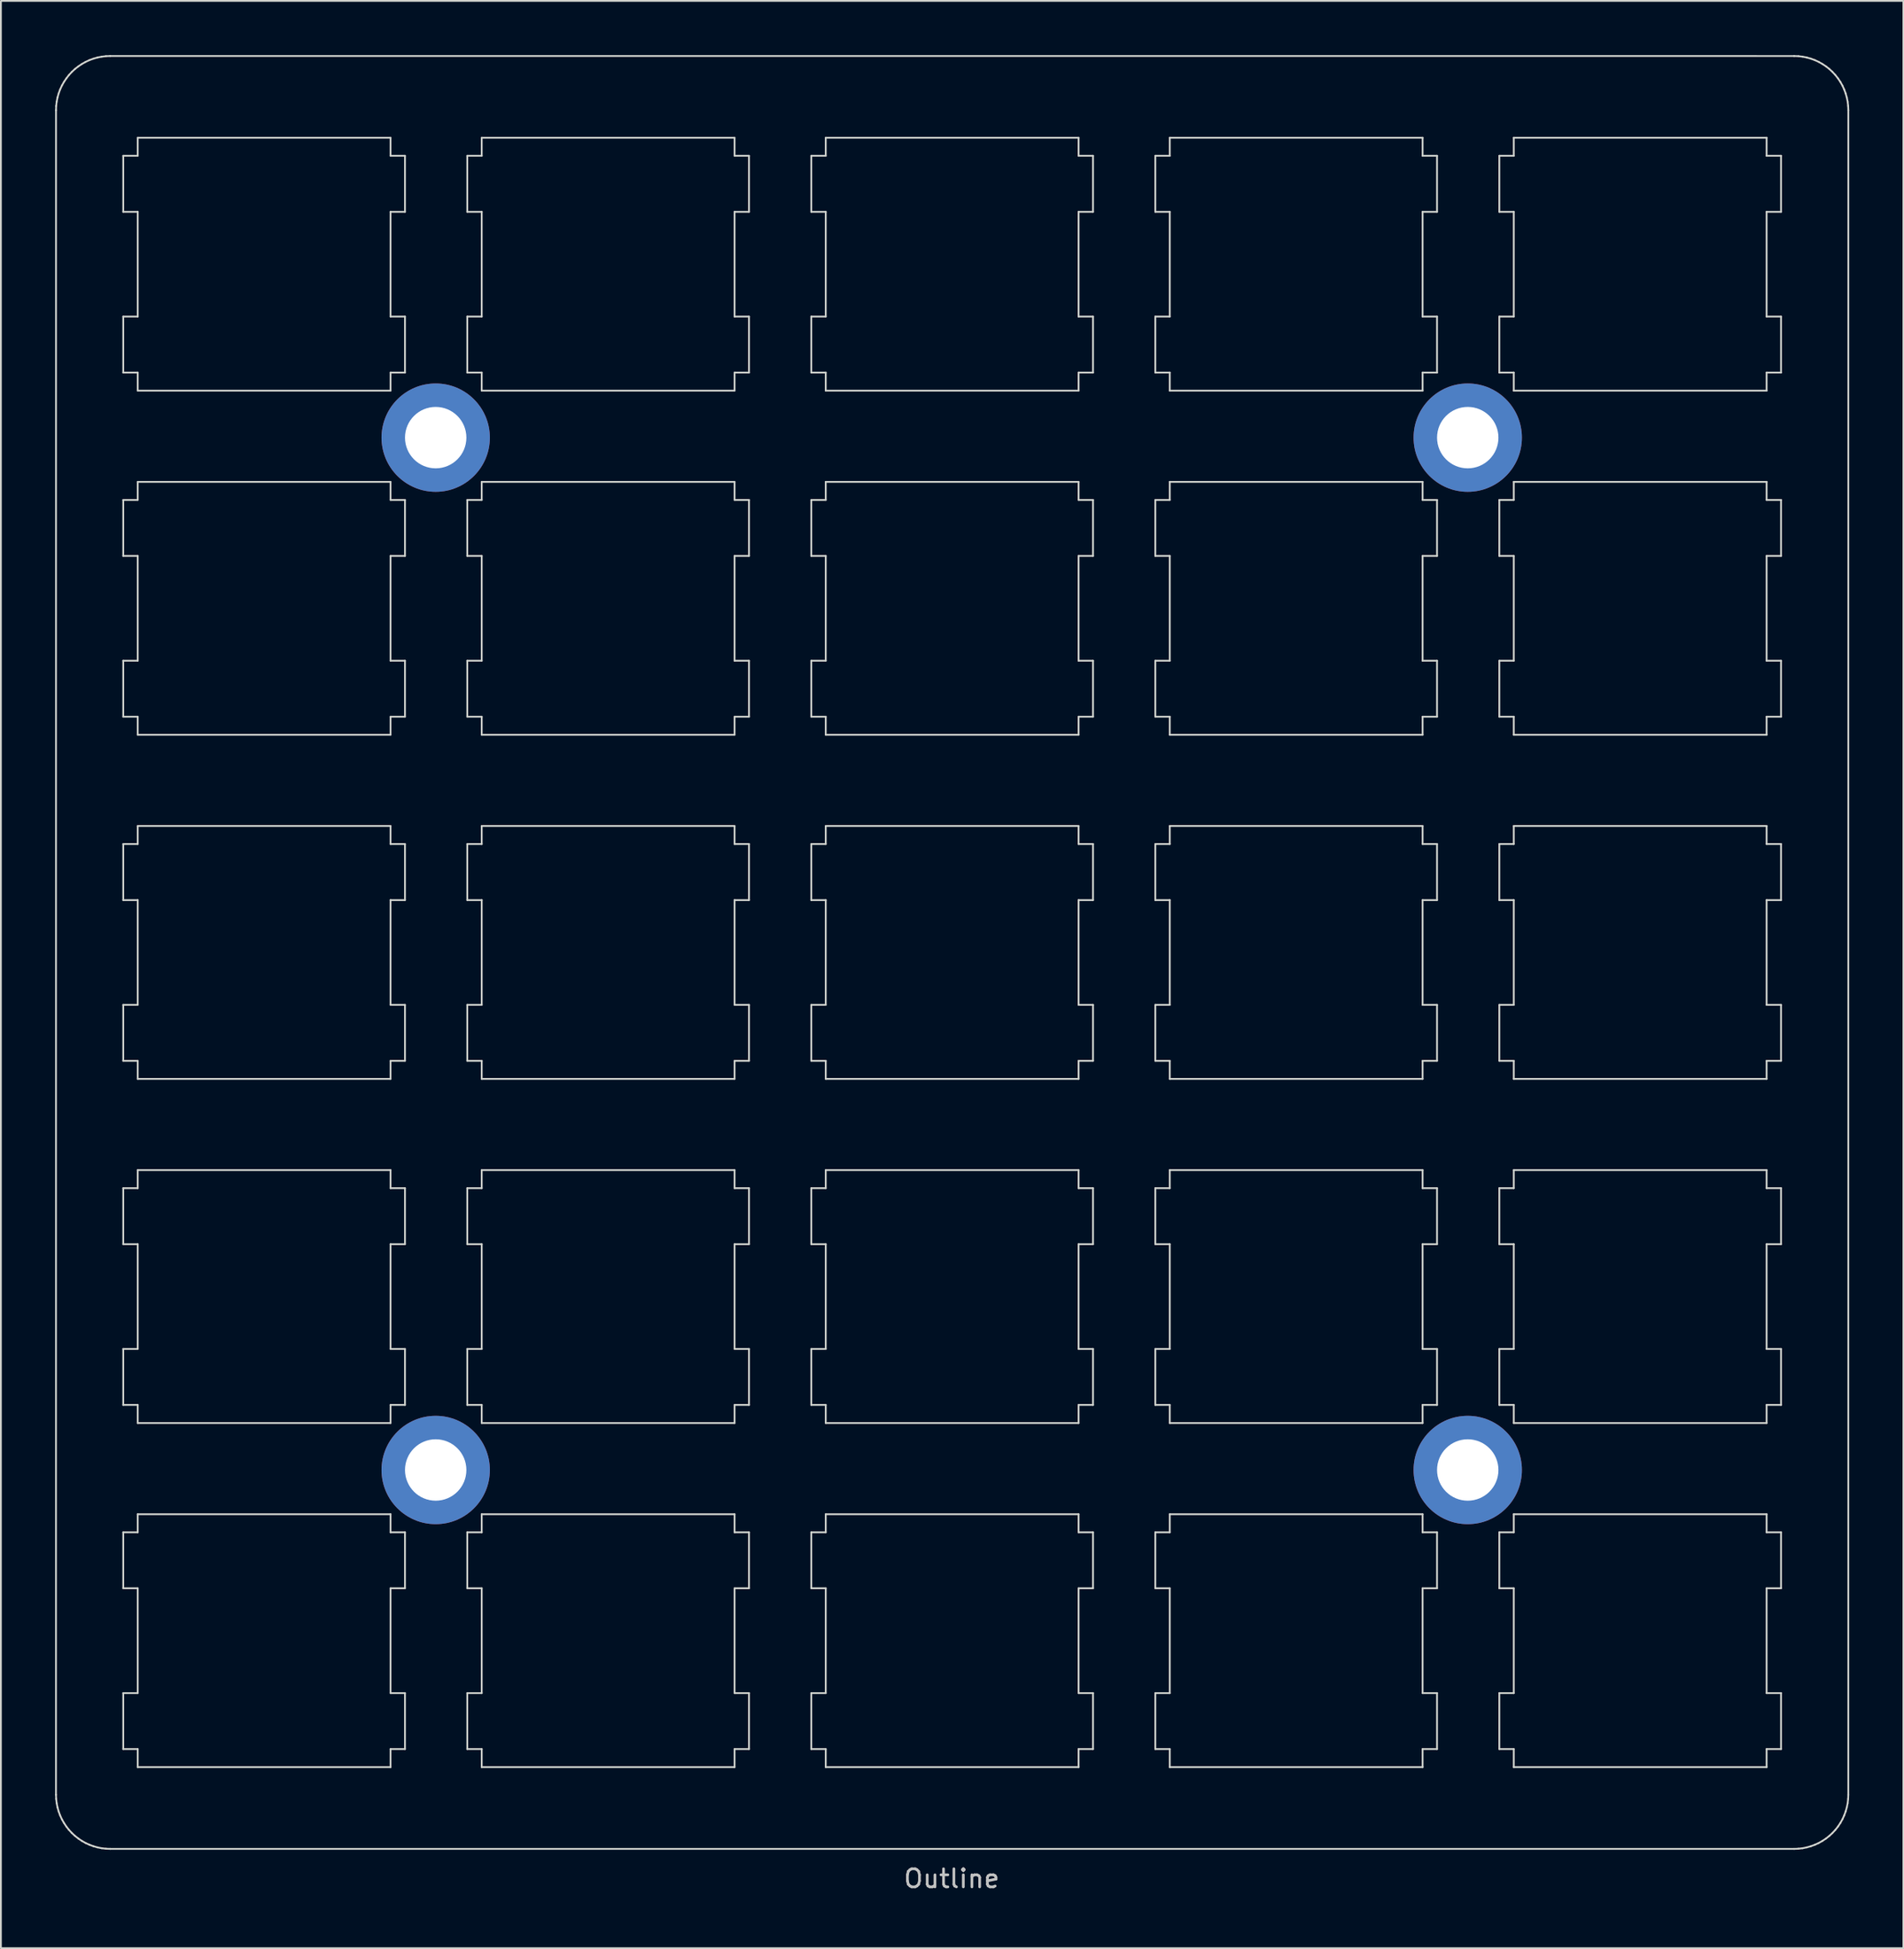
<source format=kicad_pcb>
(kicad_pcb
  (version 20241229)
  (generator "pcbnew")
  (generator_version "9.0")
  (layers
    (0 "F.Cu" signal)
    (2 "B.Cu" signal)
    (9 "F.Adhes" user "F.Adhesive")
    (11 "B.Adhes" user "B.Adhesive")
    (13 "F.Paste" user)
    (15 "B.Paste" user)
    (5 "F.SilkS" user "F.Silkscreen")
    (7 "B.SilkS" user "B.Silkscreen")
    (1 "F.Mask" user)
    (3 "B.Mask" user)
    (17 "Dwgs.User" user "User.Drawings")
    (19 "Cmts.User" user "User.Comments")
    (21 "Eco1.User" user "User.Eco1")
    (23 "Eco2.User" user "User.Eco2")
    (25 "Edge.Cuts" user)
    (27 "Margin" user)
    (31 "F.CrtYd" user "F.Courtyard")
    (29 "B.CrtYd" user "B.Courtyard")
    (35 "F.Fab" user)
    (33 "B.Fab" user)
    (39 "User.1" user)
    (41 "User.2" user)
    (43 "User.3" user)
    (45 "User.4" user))
  (footprint "Outline"
    (layer "F.Cu")
    (at 49.652 49.752)
    (property "Reference" "Outline" (at 0 51.197 0) (layer "Dwgs.User") (effects (font (size 1 1) (thickness 0.15))))
    (attr through_hole)
    (fp_line (start -49.602 46.549) (end -49.6 -46.7) (stroke (width 0.1) (type solid)) (layer "Edge.Cuts"))
    (fp_line (start -49.6 -46.7) (end -49.592 -46.936) (stroke (width 0.1) (type solid)) (layer "Edge.Cuts"))
    (fp_line (start -49.592 -46.936) (end -49.564 -47.17) (stroke (width 0.1) (type solid)) (layer "Edge.Cuts"))
    (fp_line (start -49.592 46.786) (end -49.602 46.549) (stroke (width 0.1) (type solid)) (layer "Edge.Cuts"))
    (fp_line (start -49.564 -47.17) (end -49.519 -47.402) (stroke (width 0.1) (type solid)) (layer "Edge.Cuts"))
    (fp_line (start -49.564 47.019) (end -49.592 46.786) (stroke (width 0.1) (type solid)) (layer "Edge.Cuts"))
    (fp_line (start -49.519 -47.402) (end -49.454 -47.629) (stroke (width 0.1) (type solid)) (layer "Edge.Cuts"))
    (fp_line (start -49.519 47.25) (end -49.564 47.019) (stroke (width 0.1) (type solid)) (layer "Edge.Cuts"))
    (fp_line (start -49.454 -47.629) (end -49.373 -47.849) (stroke (width 0.1) (type solid)) (layer "Edge.Cuts"))
    (fp_line (start -49.454 47.478) (end -49.519 47.25) (stroke (width 0.1) (type solid)) (layer "Edge.Cuts"))
    (fp_line (start -49.373 -47.849) (end -49.275 -48.063) (stroke (width 0.1) (type solid)) (layer "Edge.Cuts"))
    (fp_line (start -49.373 47.698) (end -49.454 47.478) (stroke (width 0.1) (type solid)) (layer "Edge.Cuts"))
    (fp_line (start -49.275 -48.063) (end -49.158 -48.269) (stroke (width 0.1) (type solid)) (layer "Edge.Cuts"))
    (fp_line (start -49.275 47.912) (end -49.373 47.698) (stroke (width 0.1) (type solid)) (layer "Edge.Cuts"))
    (fp_line (start -49.158 -48.269) (end -49.028 -48.464) (stroke (width 0.1) (type solid)) (layer "Edge.Cuts"))
    (fp_line (start -49.158 48.117) (end -49.275 47.912) (stroke (width 0.1) (type solid)) (layer "Edge.Cuts"))
    (fp_line (start -49.028 -48.464) (end -48.882 -48.65) (stroke (width 0.1) (type solid)) (layer "Edge.Cuts"))
    (fp_line (start -49.028 48.314) (end -49.158 48.117) (stroke (width 0.1) (type solid)) (layer "Edge.Cuts"))
    (fp_line (start -48.882 -48.65) (end -48.723 -48.822) (stroke (width 0.1) (type solid)) (layer "Edge.Cuts"))
    (fp_line (start -48.882 48.499) (end -49.028 48.314) (stroke (width 0.1) (type solid)) (layer "Edge.Cuts"))
    (fp_line (start -48.723 -48.822) (end -48.55 -48.982) (stroke (width 0.1) (type solid)) (layer "Edge.Cuts"))
    (fp_line (start -48.723 48.671) (end -48.882 48.499) (stroke (width 0.1) (type solid)) (layer "Edge.Cuts"))
    (fp_line (start -48.55 -48.982) (end -48.364 -49.128) (stroke (width 0.1) (type solid)) (layer "Edge.Cuts"))
    (fp_line (start -48.55 48.831) (end -48.723 48.671) (stroke (width 0.1) (type solid)) (layer "Edge.Cuts"))
    (fp_line (start -48.364 -49.128) (end -48.169 -49.258) (stroke (width 0.1) (type solid)) (layer "Edge.Cuts"))
    (fp_line (start -48.364 48.977) (end -48.55 48.831) (stroke (width 0.1) (type solid)) (layer "Edge.Cuts"))
    (fp_line (start -48.169 -49.258) (end -47.963 -49.375) (stroke (width 0.1) (type solid)) (layer "Edge.Cuts"))
    (fp_line (start -48.169 49.108) (end -48.364 48.977) (stroke (width 0.1) (type solid)) (layer "Edge.Cuts"))
    (fp_line (start -47.963 -49.375) (end -47.75 -49.473) (stroke (width 0.1) (type solid)) (layer "Edge.Cuts"))
    (fp_line (start -47.963 49.224) (end -48.169 49.108) (stroke (width 0.1) (type solid)) (layer "Edge.Cuts"))
    (fp_line (start -47.75 -49.473) (end -47.529 -49.554) (stroke (width 0.1) (type solid)) (layer "Edge.Cuts"))
    (fp_line (start -47.75 49.321) (end -47.963 49.224) (stroke (width 0.1) (type solid)) (layer "Edge.Cuts"))
    (fp_line (start -47.529 -49.554) (end -47.302 -49.619) (stroke (width 0.1) (type solid)) (layer "Edge.Cuts"))
    (fp_line (start -47.529 49.403) (end -47.75 49.321) (stroke (width 0.1) (type solid)) (layer "Edge.Cuts"))
    (fp_line (start -47.302 -49.619) (end -47.07 -49.664) (stroke (width 0.1) (type solid)) (layer "Edge.Cuts"))
    (fp_line (start -47.302 49.467) (end -47.529 49.403) (stroke (width 0.1) (type solid)) (layer "Edge.Cuts"))
    (fp_line (start -47.07 -49.664) (end -46.836 -49.692) (stroke (width 0.1) (type solid)) (layer "Edge.Cuts"))
    (fp_line (start -47.07 49.513) (end -47.302 49.467) (stroke (width 0.1) (type solid)) (layer "Edge.Cuts"))
    (fp_line (start -46.836 -49.692) (end -46.6 -49.702) (stroke (width 0.1) (type solid)) (layer "Edge.Cuts"))
    (fp_line (start -46.836 49.54) (end -47.07 49.513) (stroke (width 0.1) (type solid)) (layer "Edge.Cuts"))
    (fp_line (start -46.6 -49.702) (end 46.649 -49.7) (stroke (width 0.1) (type solid)) (layer "Edge.Cuts"))
    (fp_line (start -46.6 49.549) (end -46.836 49.54) (stroke (width 0.1) (type solid)) (layer "Edge.Cuts"))
    (fp_line (start -45.877 -44.177) (end -45.877 -41.076) (stroke (width 0.1) (type solid)) (layer "Edge.Cuts"))
    (fp_line (start -45.877 -41.076) (end -45.076 -41.076) (stroke (width 0.1) (type solid)) (layer "Edge.Cuts"))
    (fp_line (start -45.877 -35.276) (end -45.877 -32.176) (stroke (width 0.1) (type solid)) (layer "Edge.Cuts"))
    (fp_line (start -45.877 -32.176) (end -45.076 -32.176) (stroke (width 0.1) (type solid)) (layer "Edge.Cuts"))
    (fp_line (start -45.877 -25.126) (end -45.877 -22.026) (stroke (width 0.1) (type solid)) (layer "Edge.Cuts"))
    (fp_line (start -45.877 -22.026) (end -45.076 -22.026) (stroke (width 0.1) (type solid)) (layer "Edge.Cuts"))
    (fp_line (start -45.877 -16.225) (end -45.877 -13.126) (stroke (width 0.1) (type solid)) (layer "Edge.Cuts"))
    (fp_line (start -45.877 -13.126) (end -45.076 -13.126) (stroke (width 0.1) (type solid)) (layer "Edge.Cuts"))
    (fp_line (start -45.877 -6.076) (end -45.877 -2.975) (stroke (width 0.1) (type solid)) (layer "Edge.Cuts"))
    (fp_line (start -45.877 -2.975) (end -45.076 -2.975) (stroke (width 0.1) (type solid)) (layer "Edge.Cuts"))
    (fp_line (start -45.877 2.825) (end -45.877 5.924) (stroke (width 0.1) (type solid)) (layer "Edge.Cuts"))
    (fp_line (start -45.877 5.924) (end -45.076 5.924) (stroke (width 0.1) (type solid)) (layer "Edge.Cuts"))
    (fp_line (start -45.877 12.974) (end -45.877 16.073) (stroke (width 0.1) (type solid)) (layer "Edge.Cuts"))
    (fp_line (start -45.877 16.073) (end -45.076 16.073) (stroke (width 0.1) (type solid)) (layer "Edge.Cuts"))
    (fp_line (start -45.877 21.875) (end -45.877 24.974) (stroke (width 0.1) (type solid)) (layer "Edge.Cuts"))
    (fp_line (start -45.877 24.974) (end -45.076 24.974) (stroke (width 0.1) (type solid)) (layer "Edge.Cuts"))
    (fp_line (start -45.877 32.024) (end -45.877 35.123) (stroke (width 0.1) (type solid)) (layer "Edge.Cuts"))
    (fp_line (start -45.877 35.123) (end -45.076 35.123) (stroke (width 0.1) (type solid)) (layer "Edge.Cuts"))
    (fp_line (start -45.877 40.925) (end -45.877 44.024) (stroke (width 0.1) (type solid)) (layer "Edge.Cuts"))
    (fp_line (start -45.877 44.024) (end -45.076 44.024) (stroke (width 0.1) (type solid)) (layer "Edge.Cuts"))
    (fp_line (start -45.076 -45.176) (end -45.076 -44.177) (stroke (width 0.1) (type solid)) (layer "Edge.Cuts"))
    (fp_line (start -45.076 -44.177) (end -45.877 -44.177) (stroke (width 0.1) (type solid)) (layer "Edge.Cuts"))
    (fp_line (start -45.076 -41.076) (end -45.076 -35.276) (stroke (width 0.1) (type solid)) (layer "Edge.Cuts"))
    (fp_line (start -45.076 -35.276) (end -45.877 -35.276) (stroke (width 0.1) (type solid)) (layer "Edge.Cuts"))
    (fp_line (start -45.076 -32.176) (end -45.076 -31.175) (stroke (width 0.1) (type solid)) (layer "Edge.Cuts"))
    (fp_line (start -45.076 -31.175) (end -31.075 -31.175) (stroke (width 0.1) (type solid)) (layer "Edge.Cuts"))
    (fp_line (start -45.076 -26.126) (end -45.076 -25.126) (stroke (width 0.1) (type solid)) (layer "Edge.Cuts"))
    (fp_line (start -45.076 -25.126) (end -45.877 -25.126) (stroke (width 0.1) (type solid)) (layer "Edge.Cuts"))
    (fp_line (start -45.076 -22.026) (end -45.076 -16.225) (stroke (width 0.1) (type solid)) (layer "Edge.Cuts"))
    (fp_line (start -45.076 -16.225) (end -45.877 -16.225) (stroke (width 0.1) (type solid)) (layer "Edge.Cuts"))
    (fp_line (start -45.076 -13.126) (end -45.076 -12.125) (stroke (width 0.1) (type solid)) (layer "Edge.Cuts"))
    (fp_line (start -45.076 -12.125) (end -31.075 -12.125) (stroke (width 0.1) (type solid)) (layer "Edge.Cuts"))
    (fp_line (start -45.076 -7.076) (end -45.076 -6.076) (stroke (width 0.1) (type solid)) (layer "Edge.Cuts"))
    (fp_line (start -45.076 -6.076) (end -45.877 -6.076) (stroke (width 0.1) (type solid)) (layer "Edge.Cuts"))
    (fp_line (start -45.076 -2.975) (end -45.076 2.825) (stroke (width 0.1) (type solid)) (layer "Edge.Cuts"))
    (fp_line (start -45.076 2.825) (end -45.877 2.825) (stroke (width 0.1) (type solid)) (layer "Edge.Cuts"))
    (fp_line (start -45.076 5.924) (end -45.076 6.925) (stroke (width 0.1) (type solid)) (layer "Edge.Cuts"))
    (fp_line (start -45.076 6.925) (end -31.075 6.925) (stroke (width 0.1) (type solid)) (layer "Edge.Cuts"))
    (fp_line (start -45.076 11.974) (end -45.076 12.974) (stroke (width 0.1) (type solid)) (layer "Edge.Cuts"))
    (fp_line (start -45.076 12.974) (end -45.877 12.974) (stroke (width 0.1) (type solid)) (layer "Edge.Cuts"))
    (fp_line (start -45.076 16.073) (end -45.076 21.875) (stroke (width 0.1) (type solid)) (layer "Edge.Cuts"))
    (fp_line (start -45.076 21.875) (end -45.877 21.875) (stroke (width 0.1) (type solid)) (layer "Edge.Cuts"))
    (fp_line (start -45.076 24.974) (end -45.076 25.975) (stroke (width 0.1) (type solid)) (layer "Edge.Cuts"))
    (fp_line (start -45.076 25.975) (end -31.075 25.975) (stroke (width 0.1) (type solid)) (layer "Edge.Cuts"))
    (fp_line (start -45.076 31.024) (end -45.076 32.024) (stroke (width 0.1) (type solid)) (layer "Edge.Cuts"))
    (fp_line (start -45.076 32.024) (end -45.877 32.024) (stroke (width 0.1) (type solid)) (layer "Edge.Cuts"))
    (fp_line (start -45.076 35.123) (end -45.076 40.925) (stroke (width 0.1) (type solid)) (layer "Edge.Cuts"))
    (fp_line (start -45.076 40.925) (end -45.877 40.925) (stroke (width 0.1) (type solid)) (layer "Edge.Cuts"))
    (fp_line (start -45.076 44.024) (end -45.076 45.025) (stroke (width 0.1) (type solid)) (layer "Edge.Cuts"))
    (fp_line (start -45.076 45.025) (end -31.075 45.025) (stroke (width 0.1) (type solid)) (layer "Edge.Cuts"))
    (fp_line (start -31.075 -45.176) (end -45.076 -45.176) (stroke (width 0.1) (type solid)) (layer "Edge.Cuts"))
    (fp_line (start -31.075 -44.177) (end -31.075 -45.176) (stroke (width 0.1) (type solid)) (layer "Edge.Cuts"))
    (fp_line (start -31.075 -41.076) (end -30.276 -41.076) (stroke (width 0.1) (type solid)) (layer "Edge.Cuts"))
    (fp_line (start -31.075 -35.276) (end -31.075 -41.076) (stroke (width 0.1) (type solid)) (layer "Edge.Cuts"))
    (fp_line (start -31.075 -32.176) (end -30.276 -32.176) (stroke (width 0.1) (type solid)) (layer "Edge.Cuts"))
    (fp_line (start -31.075 -31.175) (end -31.075 -32.176) (stroke (width 0.1) (type solid)) (layer "Edge.Cuts"))
    (fp_line (start -31.075 -26.126) (end -45.076 -26.126) (stroke (width 0.1) (type solid)) (layer "Edge.Cuts"))
    (fp_line (start -31.075 -25.126) (end -31.075 -26.126) (stroke (width 0.1) (type solid)) (layer "Edge.Cuts"))
    (fp_line (start -31.075 -22.026) (end -30.276 -22.026) (stroke (width 0.1) (type solid)) (layer "Edge.Cuts"))
    (fp_line (start -31.075 -16.225) (end -31.075 -22.026) (stroke (width 0.1) (type solid)) (layer "Edge.Cuts"))
    (fp_line (start -31.075 -13.126) (end -30.276 -13.126) (stroke (width 0.1) (type solid)) (layer "Edge.Cuts"))
    (fp_line (start -31.075 -12.125) (end -31.075 -13.126) (stroke (width 0.1) (type solid)) (layer "Edge.Cuts"))
    (fp_line (start -31.075 -7.076) (end -45.076 -7.076) (stroke (width 0.1) (type solid)) (layer "Edge.Cuts"))
    (fp_line (start -31.075 -6.076) (end -31.075 -7.076) (stroke (width 0.1) (type solid)) (layer "Edge.Cuts"))
    (fp_line (start -31.075 -2.975) (end -30.276 -2.975) (stroke (width 0.1) (type solid)) (layer "Edge.Cuts"))
    (fp_line (start -31.075 2.825) (end -31.075 -2.975) (stroke (width 0.1) (type solid)) (layer "Edge.Cuts"))
    (fp_line (start -31.075 5.924) (end -30.276 5.924) (stroke (width 0.1) (type solid)) (layer "Edge.Cuts"))
    (fp_line (start -31.075 6.925) (end -31.075 5.924) (stroke (width 0.1) (type solid)) (layer "Edge.Cuts"))
    (fp_line (start -31.075 11.974) (end -45.076 11.974) (stroke (width 0.1) (type solid)) (layer "Edge.Cuts"))
    (fp_line (start -31.075 12.974) (end -31.075 11.974) (stroke (width 0.1) (type solid)) (layer "Edge.Cuts"))
    (fp_line (start -31.075 16.073) (end -30.276 16.073) (stroke (width 0.1) (type solid)) (layer "Edge.Cuts"))
    (fp_line (start -31.075 21.875) (end -31.075 16.073) (stroke (width 0.1) (type solid)) (layer "Edge.Cuts"))
    (fp_line (start -31.075 24.974) (end -30.276 24.974) (stroke (width 0.1) (type solid)) (layer "Edge.Cuts"))
    (fp_line (start -31.075 25.975) (end -31.075 24.974) (stroke (width 0.1) (type solid)) (layer "Edge.Cuts"))
    (fp_line (start -31.075 31.024) (end -45.076 31.024) (stroke (width 0.1) (type solid)) (layer "Edge.Cuts"))
    (fp_line (start -31.075 32.024) (end -31.075 31.024) (stroke (width 0.1) (type solid)) (layer "Edge.Cuts"))
    (fp_line (start -31.075 35.123) (end -30.276 35.123) (stroke (width 0.1) (type solid)) (layer "Edge.Cuts"))
    (fp_line (start -31.075 40.925) (end -31.075 35.123) (stroke (width 0.1) (type solid)) (layer "Edge.Cuts"))
    (fp_line (start -31.075 44.024) (end -30.276 44.024) (stroke (width 0.1) (type solid)) (layer "Edge.Cuts"))
    (fp_line (start -31.075 45.025) (end -31.075 44.024) (stroke (width 0.1) (type solid)) (layer "Edge.Cuts"))
    (fp_line (start -30.276 -44.177) (end -31.075 -44.177) (stroke (width 0.1) (type solid)) (layer "Edge.Cuts"))
    (fp_line (start -30.276 -41.076) (end -30.276 -44.177) (stroke (width 0.1) (type solid)) (layer "Edge.Cuts"))
    (fp_line (start -30.276 -35.276) (end -31.075 -35.276) (stroke (width 0.1) (type solid)) (layer "Edge.Cuts"))
    (fp_line (start -30.276 -32.176) (end -30.276 -35.276) (stroke (width 0.1) (type solid)) (layer "Edge.Cuts"))
    (fp_line (start -30.276 -25.126) (end -31.075 -25.126) (stroke (width 0.1) (type solid)) (layer "Edge.Cuts"))
    (fp_line (start -30.276 -22.026) (end -30.276 -25.126) (stroke (width 0.1) (type solid)) (layer "Edge.Cuts"))
    (fp_line (start -30.276 -16.225) (end -31.075 -16.225) (stroke (width 0.1) (type solid)) (layer "Edge.Cuts"))
    (fp_line (start -30.276 -13.126) (end -30.276 -16.225) (stroke (width 0.1) (type solid)) (layer "Edge.Cuts"))
    (fp_line (start -30.276 -6.076) (end -31.075 -6.076) (stroke (width 0.1) (type solid)) (layer "Edge.Cuts"))
    (fp_line (start -30.276 -2.975) (end -30.276 -6.076) (stroke (width 0.1) (type solid)) (layer "Edge.Cuts"))
    (fp_line (start -30.276 2.825) (end -31.075 2.825) (stroke (width 0.1) (type solid)) (layer "Edge.Cuts"))
    (fp_line (start -30.276 5.924) (end -30.276 2.825) (stroke (width 0.1) (type solid)) (layer "Edge.Cuts"))
    (fp_line (start -30.276 12.974) (end -31.075 12.974) (stroke (width 0.1) (type solid)) (layer "Edge.Cuts"))
    (fp_line (start -30.276 16.073) (end -30.276 12.974) (stroke (width 0.1) (type solid)) (layer "Edge.Cuts"))
    (fp_line (start -30.276 21.875) (end -31.075 21.875) (stroke (width 0.1) (type solid)) (layer "Edge.Cuts"))
    (fp_line (start -30.276 24.974) (end -30.276 21.875) (stroke (width 0.1) (type solid)) (layer "Edge.Cuts"))
    (fp_line (start -30.276 32.024) (end -31.075 32.024) (stroke (width 0.1) (type solid)) (layer "Edge.Cuts"))
    (fp_line (start -30.276 35.123) (end -30.276 32.024) (stroke (width 0.1) (type solid)) (layer "Edge.Cuts"))
    (fp_line (start -30.276 40.925) (end -31.075 40.925) (stroke (width 0.1) (type solid)) (layer "Edge.Cuts"))
    (fp_line (start -30.276 44.024) (end -30.276 40.925) (stroke (width 0.1) (type solid)) (layer "Edge.Cuts"))
    (fp_line (start -26.826 -44.177) (end -26.826 -41.076) (stroke (width 0.1) (type solid)) (layer "Edge.Cuts"))
    (fp_line (start -26.826 -41.076) (end -26.026 -41.076) (stroke (width 0.1) (type solid)) (layer "Edge.Cuts"))
    (fp_line (start -26.826 -35.276) (end -26.826 -32.176) (stroke (width 0.1) (type solid)) (layer "Edge.Cuts"))
    (fp_line (start -26.826 -32.176) (end -26.026 -32.176) (stroke (width 0.1) (type solid)) (layer "Edge.Cuts"))
    (fp_line (start -26.826 -25.126) (end -26.826 -22.026) (stroke (width 0.1) (type solid)) (layer "Edge.Cuts"))
    (fp_line (start -26.826 -22.026) (end -26.026 -22.026) (stroke (width 0.1) (type solid)) (layer "Edge.Cuts"))
    (fp_line (start -26.826 -16.225) (end -26.826 -13.126) (stroke (width 0.1) (type solid)) (layer "Edge.Cuts"))
    (fp_line (start -26.826 -13.126) (end -26.026 -13.126) (stroke (width 0.1) (type solid)) (layer "Edge.Cuts"))
    (fp_line (start -26.826 -6.076) (end -26.826 -2.975) (stroke (width 0.1) (type solid)) (layer "Edge.Cuts"))
    (fp_line (start -26.826 -2.975) (end -26.026 -2.975) (stroke (width 0.1) (type solid)) (layer "Edge.Cuts"))
    (fp_line (start -26.826 2.825) (end -26.826 5.924) (stroke (width 0.1) (type solid)) (layer "Edge.Cuts"))
    (fp_line (start -26.826 5.924) (end -26.026 5.924) (stroke (width 0.1) (type solid)) (layer "Edge.Cuts"))
    (fp_line (start -26.826 12.974) (end -26.826 16.073) (stroke (width 0.1) (type solid)) (layer "Edge.Cuts"))
    (fp_line (start -26.826 16.073) (end -26.026 16.073) (stroke (width 0.1) (type solid)) (layer "Edge.Cuts"))
    (fp_line (start -26.826 21.875) (end -26.826 24.974) (stroke (width 0.1) (type solid)) (layer "Edge.Cuts"))
    (fp_line (start -26.826 24.974) (end -26.026 24.974) (stroke (width 0.1) (type solid)) (layer "Edge.Cuts"))
    (fp_line (start -26.826 32.024) (end -26.826 35.123) (stroke (width 0.1) (type solid)) (layer "Edge.Cuts"))
    (fp_line (start -26.826 35.123) (end -26.026 35.123) (stroke (width 0.1) (type solid)) (layer "Edge.Cuts"))
    (fp_line (start -26.826 40.925) (end -26.826 44.024) (stroke (width 0.1) (type solid)) (layer "Edge.Cuts"))
    (fp_line (start -26.826 44.024) (end -26.026 44.024) (stroke (width 0.1) (type solid)) (layer "Edge.Cuts"))
    (fp_line (start -26.026 -45.176) (end -26.026 -44.177) (stroke (width 0.1) (type solid)) (layer "Edge.Cuts"))
    (fp_line (start -26.026 -44.177) (end -26.826 -44.177) (stroke (width 0.1) (type solid)) (layer "Edge.Cuts"))
    (fp_line (start -26.026 -41.076) (end -26.026 -35.276) (stroke (width 0.1) (type solid)) (layer "Edge.Cuts"))
    (fp_line (start -26.026 -35.276) (end -26.826 -35.276) (stroke (width 0.1) (type solid)) (layer "Edge.Cuts"))
    (fp_line (start -26.026 -32.176) (end -26.026 -31.175) (stroke (width 0.1) (type solid)) (layer "Edge.Cuts"))
    (fp_line (start -26.026 -31.175) (end -12.025 -31.175) (stroke (width 0.1) (type solid)) (layer "Edge.Cuts"))
    (fp_line (start -26.026 -26.126) (end -26.026 -25.126) (stroke (width 0.1) (type solid)) (layer "Edge.Cuts"))
    (fp_line (start -26.026 -25.126) (end -26.826 -25.126) (stroke (width 0.1) (type solid)) (layer "Edge.Cuts"))
    (fp_line (start -26.026 -22.026) (end -26.026 -16.225) (stroke (width 0.1) (type solid)) (layer "Edge.Cuts"))
    (fp_line (start -26.026 -16.225) (end -26.826 -16.225) (stroke (width 0.1) (type solid)) (layer "Edge.Cuts"))
    (fp_line (start -26.026 -13.126) (end -26.026 -12.125) (stroke (width 0.1) (type solid)) (layer "Edge.Cuts"))
    (fp_line (start -26.026 -12.125) (end -12.025 -12.125) (stroke (width 0.1) (type solid)) (layer "Edge.Cuts"))
    (fp_line (start -26.026 -7.076) (end -26.026 -6.076) (stroke (width 0.1) (type solid)) (layer "Edge.Cuts"))
    (fp_line (start -26.026 -6.076) (end -26.826 -6.076) (stroke (width 0.1) (type solid)) (layer "Edge.Cuts"))
    (fp_line (start -26.026 -2.975) (end -26.026 2.825) (stroke (width 0.1) (type solid)) (layer "Edge.Cuts"))
    (fp_line (start -26.026 2.825) (end -26.826 2.825) (stroke (width 0.1) (type solid)) (layer "Edge.Cuts"))
    (fp_line (start -26.026 5.924) (end -26.026 6.925) (stroke (width 0.1) (type solid)) (layer "Edge.Cuts"))
    (fp_line (start -26.026 6.925) (end -12.025 6.925) (stroke (width 0.1) (type solid)) (layer "Edge.Cuts"))
    (fp_line (start -26.026 11.974) (end -26.026 12.974) (stroke (width 0.1) (type solid)) (layer "Edge.Cuts"))
    (fp_line (start -26.026 12.974) (end -26.826 12.974) (stroke (width 0.1) (type solid)) (layer "Edge.Cuts"))
    (fp_line (start -26.026 16.073) (end -26.026 21.875) (stroke (width 0.1) (type solid)) (layer "Edge.Cuts"))
    (fp_line (start -26.026 21.875) (end -26.826 21.875) (stroke (width 0.1) (type solid)) (layer "Edge.Cuts"))
    (fp_line (start -26.026 24.974) (end -26.026 25.975) (stroke (width 0.1) (type solid)) (layer "Edge.Cuts"))
    (fp_line (start -26.026 25.975) (end -12.025 25.975) (stroke (width 0.1) (type solid)) (layer "Edge.Cuts"))
    (fp_line (start -26.026 31.024) (end -26.026 32.024) (stroke (width 0.1) (type solid)) (layer "Edge.Cuts"))
    (fp_line (start -26.026 32.024) (end -26.826 32.024) (stroke (width 0.1) (type solid)) (layer "Edge.Cuts"))
    (fp_line (start -26.026 35.123) (end -26.026 40.925) (stroke (width 0.1) (type solid)) (layer "Edge.Cuts"))
    (fp_line (start -26.026 40.925) (end -26.826 40.925) (stroke (width 0.1) (type solid)) (layer "Edge.Cuts"))
    (fp_line (start -26.026 44.024) (end -26.026 45.025) (stroke (width 0.1) (type solid)) (layer "Edge.Cuts"))
    (fp_line (start -26.026 45.025) (end -12.025 45.025) (stroke (width 0.1) (type solid)) (layer "Edge.Cuts"))
    (fp_line (start -12.025 -45.176) (end -26.026 -45.176) (stroke (width 0.1) (type solid)) (layer "Edge.Cuts"))
    (fp_line (start -12.025 -44.177) (end -12.025 -45.176) (stroke (width 0.1) (type solid)) (layer "Edge.Cuts"))
    (fp_line (start -12.025 -41.076) (end -11.226 -41.076) (stroke (width 0.1) (type solid)) (layer "Edge.Cuts"))
    (fp_line (start -12.025 -35.276) (end -12.025 -41.076) (stroke (width 0.1) (type solid)) (layer "Edge.Cuts"))
    (fp_line (start -12.025 -32.176) (end -11.226 -32.176) (stroke (width 0.1) (type solid)) (layer "Edge.Cuts"))
    (fp_line (start -12.025 -31.175) (end -12.025 -32.176) (stroke (width 0.1) (type solid)) (layer "Edge.Cuts"))
    (fp_line (start -12.025 -26.126) (end -26.026 -26.126) (stroke (width 0.1) (type solid)) (layer "Edge.Cuts"))
    (fp_line (start -12.025 -25.126) (end -12.025 -26.126) (stroke (width 0.1) (type solid)) (layer "Edge.Cuts"))
    (fp_line (start -12.025 -22.026) (end -11.226 -22.026) (stroke (width 0.1) (type solid)) (layer "Edge.Cuts"))
    (fp_line (start -12.025 -16.225) (end -12.025 -22.026) (stroke (width 0.1) (type solid)) (layer "Edge.Cuts"))
    (fp_line (start -12.025 -13.126) (end -11.226 -13.126) (stroke (width 0.1) (type solid)) (layer "Edge.Cuts"))
    (fp_line (start -12.025 -12.125) (end -12.025 -13.126) (stroke (width 0.1) (type solid)) (layer "Edge.Cuts"))
    (fp_line (start -12.025 -7.076) (end -26.026 -7.076) (stroke (width 0.1) (type solid)) (layer "Edge.Cuts"))
    (fp_line (start -12.025 -6.076) (end -12.025 -7.076) (stroke (width 0.1) (type solid)) (layer "Edge.Cuts"))
    (fp_line (start -12.025 -2.975) (end -11.226 -2.975) (stroke (width 0.1) (type solid)) (layer "Edge.Cuts"))
    (fp_line (start -12.025 2.825) (end -12.025 -2.975) (stroke (width 0.1) (type solid)) (layer "Edge.Cuts"))
    (fp_line (start -12.025 5.924) (end -11.226 5.924) (stroke (width 0.1) (type solid)) (layer "Edge.Cuts"))
    (fp_line (start -12.025 6.925) (end -12.025 5.924) (stroke (width 0.1) (type solid)) (layer "Edge.Cuts"))
    (fp_line (start -12.025 11.974) (end -26.026 11.974) (stroke (width 0.1) (type solid)) (layer "Edge.Cuts"))
    (fp_line (start -12.025 12.974) (end -12.025 11.974) (stroke (width 0.1) (type solid)) (layer "Edge.Cuts"))
    (fp_line (start -12.025 16.073) (end -11.226 16.073) (stroke (width 0.1) (type solid)) (layer "Edge.Cuts"))
    (fp_line (start -12.025 21.875) (end -12.025 16.073) (stroke (width 0.1) (type solid)) (layer "Edge.Cuts"))
    (fp_line (start -12.025 24.974) (end -11.226 24.974) (stroke (width 0.1) (type solid)) (layer "Edge.Cuts"))
    (fp_line (start -12.025 25.975) (end -12.025 24.974) (stroke (width 0.1) (type solid)) (layer "Edge.Cuts"))
    (fp_line (start -12.025 31.024) (end -26.026 31.024) (stroke (width 0.1) (type solid)) (layer "Edge.Cuts"))
    (fp_line (start -12.025 32.024) (end -12.025 31.024) (stroke (width 0.1) (type solid)) (layer "Edge.Cuts"))
    (fp_line (start -12.025 35.123) (end -11.226 35.123) (stroke (width 0.1) (type solid)) (layer "Edge.Cuts"))
    (fp_line (start -12.025 40.925) (end -12.025 35.123) (stroke (width 0.1) (type solid)) (layer "Edge.Cuts"))
    (fp_line (start -12.025 44.024) (end -11.226 44.024) (stroke (width 0.1) (type solid)) (layer "Edge.Cuts"))
    (fp_line (start -12.025 45.025) (end -12.025 44.024) (stroke (width 0.1) (type solid)) (layer "Edge.Cuts"))
    (fp_line (start -11.226 -44.177) (end -12.025 -44.177) (stroke (width 0.1) (type solid)) (layer "Edge.Cuts"))
    (fp_line (start -11.226 -41.076) (end -11.226 -44.177) (stroke (width 0.1) (type solid)) (layer "Edge.Cuts"))
    (fp_line (start -11.226 -35.276) (end -12.025 -35.276) (stroke (width 0.1) (type solid)) (layer "Edge.Cuts"))
    (fp_line (start -11.226 -32.176) (end -11.226 -35.276) (stroke (width 0.1) (type solid)) (layer "Edge.Cuts"))
    (fp_line (start -11.226 -25.126) (end -12.025 -25.126) (stroke (width 0.1) (type solid)) (layer "Edge.Cuts"))
    (fp_line (start -11.226 -22.026) (end -11.226 -25.126) (stroke (width 0.1) (type solid)) (layer "Edge.Cuts"))
    (fp_line (start -11.226 -16.225) (end -12.025 -16.225) (stroke (width 0.1) (type solid)) (layer "Edge.Cuts"))
    (fp_line (start -11.226 -13.126) (end -11.226 -16.225) (stroke (width 0.1) (type solid)) (layer "Edge.Cuts"))
    (fp_line (start -11.226 -6.076) (end -12.025 -6.076) (stroke (width 0.1) (type solid)) (layer "Edge.Cuts"))
    (fp_line (start -11.226 -2.975) (end -11.226 -6.076) (stroke (width 0.1) (type solid)) (layer "Edge.Cuts"))
    (fp_line (start -11.226 2.825) (end -12.025 2.825) (stroke (width 0.1) (type solid)) (layer "Edge.Cuts"))
    (fp_line (start -11.226 5.924) (end -11.226 2.825) (stroke (width 0.1) (type solid)) (layer "Edge.Cuts"))
    (fp_line (start -11.226 12.974) (end -12.025 12.974) (stroke (width 0.1) (type solid)) (layer "Edge.Cuts"))
    (fp_line (start -11.226 16.073) (end -11.226 12.974) (stroke (width 0.1) (type solid)) (layer "Edge.Cuts"))
    (fp_line (start -11.226 21.875) (end -12.025 21.875) (stroke (width 0.1) (type solid)) (layer "Edge.Cuts"))
    (fp_line (start -11.226 24.974) (end -11.226 21.875) (stroke (width 0.1) (type solid)) (layer "Edge.Cuts"))
    (fp_line (start -11.226 32.024) (end -12.025 32.024) (stroke (width 0.1) (type solid)) (layer "Edge.Cuts"))
    (fp_line (start -11.226 35.123) (end -11.226 32.024) (stroke (width 0.1) (type solid)) (layer "Edge.Cuts"))
    (fp_line (start -11.226 40.925) (end -12.025 40.925) (stroke (width 0.1) (type solid)) (layer "Edge.Cuts"))
    (fp_line (start -11.226 44.024) (end -11.226 40.925) (stroke (width 0.1) (type solid)) (layer "Edge.Cuts"))
    (fp_line (start -7.776 -44.177) (end -7.776 -41.076) (stroke (width 0.1) (type solid)) (layer "Edge.Cuts"))
    (fp_line (start -7.776 -41.076) (end -6.976 -41.076) (stroke (width 0.1) (type solid)) (layer "Edge.Cuts"))
    (fp_line (start -7.776 -35.276) (end -7.776 -32.176) (stroke (width 0.1) (type solid)) (layer "Edge.Cuts"))
    (fp_line (start -7.776 -32.176) (end -6.976 -32.176) (stroke (width 0.1) (type solid)) (layer "Edge.Cuts"))
    (fp_line (start -7.776 -25.126) (end -7.776 -22.026) (stroke (width 0.1) (type solid)) (layer "Edge.Cuts"))
    (fp_line (start -7.776 -22.026) (end -6.976 -22.026) (stroke (width 0.1) (type solid)) (layer "Edge.Cuts"))
    (fp_line (start -7.776 -16.225) (end -7.776 -13.126) (stroke (width 0.1) (type solid)) (layer "Edge.Cuts"))
    (fp_line (start -7.776 -13.126) (end -6.976 -13.126) (stroke (width 0.1) (type solid)) (layer "Edge.Cuts"))
    (fp_line (start -7.776 -6.076) (end -7.776 -2.975) (stroke (width 0.1) (type solid)) (layer "Edge.Cuts"))
    (fp_line (start -7.776 -2.975) (end -6.976 -2.975) (stroke (width 0.1) (type solid)) (layer "Edge.Cuts"))
    (fp_line (start -7.776 2.825) (end -7.776 5.924) (stroke (width 0.1) (type solid)) (layer "Edge.Cuts"))
    (fp_line (start -7.776 5.924) (end -6.976 5.924) (stroke (width 0.1) (type solid)) (layer "Edge.Cuts"))
    (fp_line (start -7.776 12.974) (end -7.776 16.073) (stroke (width 0.1) (type solid)) (layer "Edge.Cuts"))
    (fp_line (start -7.776 16.073) (end -6.976 16.073) (stroke (width 0.1) (type solid)) (layer "Edge.Cuts"))
    (fp_line (start -7.776 21.875) (end -7.776 24.974) (stroke (width 0.1) (type solid)) (layer "Edge.Cuts"))
    (fp_line (start -7.776 24.974) (end -6.976 24.974) (stroke (width 0.1) (type solid)) (layer "Edge.Cuts"))
    (fp_line (start -7.776 32.024) (end -7.776 35.123) (stroke (width 0.1) (type solid)) (layer "Edge.Cuts"))
    (fp_line (start -7.776 35.123) (end -6.976 35.123) (stroke (width 0.1) (type solid)) (layer "Edge.Cuts"))
    (fp_line (start -7.776 40.925) (end -7.776 44.024) (stroke (width 0.1) (type solid)) (layer "Edge.Cuts"))
    (fp_line (start -7.776 44.024) (end -6.976 44.024) (stroke (width 0.1) (type solid)) (layer "Edge.Cuts"))
    (fp_line (start -6.976 -45.176) (end -6.976 -44.177) (stroke (width 0.1) (type solid)) (layer "Edge.Cuts"))
    (fp_line (start -6.976 -44.177) (end -7.776 -44.177) (stroke (width 0.1) (type solid)) (layer "Edge.Cuts"))
    (fp_line (start -6.976 -41.076) (end -6.976 -35.276) (stroke (width 0.1) (type solid)) (layer "Edge.Cuts"))
    (fp_line (start -6.976 -35.276) (end -7.776 -35.276) (stroke (width 0.1) (type solid)) (layer "Edge.Cuts"))
    (fp_line (start -6.976 -32.176) (end -6.976 -31.175) (stroke (width 0.1) (type solid)) (layer "Edge.Cuts"))
    (fp_line (start -6.976 -31.175) (end 7.025 -31.175) (stroke (width 0.1) (type solid)) (layer "Edge.Cuts"))
    (fp_line (start -6.976 -26.126) (end -6.976 -25.126) (stroke (width 0.1) (type solid)) (layer "Edge.Cuts"))
    (fp_line (start -6.976 -25.126) (end -7.776 -25.126) (stroke (width 0.1) (type solid)) (layer "Edge.Cuts"))
    (fp_line (start -6.976 -22.026) (end -6.976 -16.225) (stroke (width 0.1) (type solid)) (layer "Edge.Cuts"))
    (fp_line (start -6.976 -16.225) (end -7.776 -16.225) (stroke (width 0.1) (type solid)) (layer "Edge.Cuts"))
    (fp_line (start -6.976 -13.126) (end -6.976 -12.125) (stroke (width 0.1) (type solid)) (layer "Edge.Cuts"))
    (fp_line (start -6.976 -12.125) (end 7.025 -12.125) (stroke (width 0.1) (type solid)) (layer "Edge.Cuts"))
    (fp_line (start -6.976 -7.076) (end -6.976 -6.076) (stroke (width 0.1) (type solid)) (layer "Edge.Cuts"))
    (fp_line (start -6.976 -6.076) (end -7.776 -6.076) (stroke (width 0.1) (type solid)) (layer "Edge.Cuts"))
    (fp_line (start -6.976 -2.975) (end -6.976 2.825) (stroke (width 0.1) (type solid)) (layer "Edge.Cuts"))
    (fp_line (start -6.976 2.825) (end -7.776 2.825) (stroke (width 0.1) (type solid)) (layer "Edge.Cuts"))
    (fp_line (start -6.976 5.924) (end -6.976 6.925) (stroke (width 0.1) (type solid)) (layer "Edge.Cuts"))
    (fp_line (start -6.976 6.925) (end 7.025 6.925) (stroke (width 0.1) (type solid)) (layer "Edge.Cuts"))
    (fp_line (start -6.976 11.974) (end -6.976 12.974) (stroke (width 0.1) (type solid)) (layer "Edge.Cuts"))
    (fp_line (start -6.976 12.974) (end -7.776 12.974) (stroke (width 0.1) (type solid)) (layer "Edge.Cuts"))
    (fp_line (start -6.976 16.073) (end -6.976 21.875) (stroke (width 0.1) (type solid)) (layer "Edge.Cuts"))
    (fp_line (start -6.976 21.875) (end -7.776 21.875) (stroke (width 0.1) (type solid)) (layer "Edge.Cuts"))
    (fp_line (start -6.976 24.974) (end -6.976 25.975) (stroke (width 0.1) (type solid)) (layer "Edge.Cuts"))
    (fp_line (start -6.976 25.975) (end 7.025 25.975) (stroke (width 0.1) (type solid)) (layer "Edge.Cuts"))
    (fp_line (start -6.976 31.024) (end -6.976 32.024) (stroke (width 0.1) (type solid)) (layer "Edge.Cuts"))
    (fp_line (start -6.976 32.024) (end -7.776 32.024) (stroke (width 0.1) (type solid)) (layer "Edge.Cuts"))
    (fp_line (start -6.976 35.123) (end -6.976 40.925) (stroke (width 0.1) (type solid)) (layer "Edge.Cuts"))
    (fp_line (start -6.976 40.925) (end -7.776 40.925) (stroke (width 0.1) (type solid)) (layer "Edge.Cuts"))
    (fp_line (start -6.976 44.024) (end -6.976 45.025) (stroke (width 0.1) (type solid)) (layer "Edge.Cuts"))
    (fp_line (start -6.976 45.025) (end 7.025 45.025) (stroke (width 0.1) (type solid)) (layer "Edge.Cuts"))
    (fp_line (start 7.025 -45.176) (end -6.976 -45.176) (stroke (width 0.1) (type solid)) (layer "Edge.Cuts"))
    (fp_line (start 7.025 -44.177) (end 7.025 -45.176) (stroke (width 0.1) (type solid)) (layer "Edge.Cuts"))
    (fp_line (start 7.025 -41.076) (end 7.824 -41.076) (stroke (width 0.1) (type solid)) (layer "Edge.Cuts"))
    (fp_line (start 7.025 -35.276) (end 7.025 -41.076) (stroke (width 0.1) (type solid)) (layer "Edge.Cuts"))
    (fp_line (start 7.025 -32.176) (end 7.824 -32.176) (stroke (width 0.1) (type solid)) (layer "Edge.Cuts"))
    (fp_line (start 7.025 -31.175) (end 7.025 -32.176) (stroke (width 0.1) (type solid)) (layer "Edge.Cuts"))
    (fp_line (start 7.025 -26.126) (end -6.976 -26.126) (stroke (width 0.1) (type solid)) (layer "Edge.Cuts"))
    (fp_line (start 7.025 -25.126) (end 7.025 -26.126) (stroke (width 0.1) (type solid)) (layer "Edge.Cuts"))
    (fp_line (start 7.025 -22.026) (end 7.824 -22.026) (stroke (width 0.1) (type solid)) (layer "Edge.Cuts"))
    (fp_line (start 7.025 -16.225) (end 7.025 -22.026) (stroke (width 0.1) (type solid)) (layer "Edge.Cuts"))
    (fp_line (start 7.025 -13.126) (end 7.824 -13.126) (stroke (width 0.1) (type solid)) (layer "Edge.Cuts"))
    (fp_line (start 7.025 -12.125) (end 7.025 -13.126) (stroke (width 0.1) (type solid)) (layer "Edge.Cuts"))
    (fp_line (start 7.025 -7.076) (end -6.976 -7.076) (stroke (width 0.1) (type solid)) (layer "Edge.Cuts"))
    (fp_line (start 7.025 -6.076) (end 7.025 -7.076) (stroke (width 0.1) (type solid)) (layer "Edge.Cuts"))
    (fp_line (start 7.025 -2.975) (end 7.824 -2.975) (stroke (width 0.1) (type solid)) (layer "Edge.Cuts"))
    (fp_line (start 7.025 2.825) (end 7.025 -2.975) (stroke (width 0.1) (type solid)) (layer "Edge.Cuts"))
    (fp_line (start 7.025 5.924) (end 7.824 5.924) (stroke (width 0.1) (type solid)) (layer "Edge.Cuts"))
    (fp_line (start 7.025 6.925) (end 7.025 5.924) (stroke (width 0.1) (type solid)) (layer "Edge.Cuts"))
    (fp_line (start 7.025 11.974) (end -6.976 11.974) (stroke (width 0.1) (type solid)) (layer "Edge.Cuts"))
    (fp_line (start 7.025 12.974) (end 7.025 11.974) (stroke (width 0.1) (type solid)) (layer "Edge.Cuts"))
    (fp_line (start 7.025 16.073) (end 7.824 16.073) (stroke (width 0.1) (type solid)) (layer "Edge.Cuts"))
    (fp_line (start 7.025 21.875) (end 7.025 16.073) (stroke (width 0.1) (type solid)) (layer "Edge.Cuts"))
    (fp_line (start 7.025 24.974) (end 7.824 24.974) (stroke (width 0.1) (type solid)) (layer "Edge.Cuts"))
    (fp_line (start 7.025 25.975) (end 7.025 24.974) (stroke (width 0.1) (type solid)) (layer "Edge.Cuts"))
    (fp_line (start 7.025 31.024) (end -6.976 31.024) (stroke (width 0.1) (type solid)) (layer "Edge.Cuts"))
    (fp_line (start 7.025 32.024) (end 7.025 31.024) (stroke (width 0.1) (type solid)) (layer "Edge.Cuts"))
    (fp_line (start 7.025 35.123) (end 7.824 35.123) (stroke (width 0.1) (type solid)) (layer "Edge.Cuts"))
    (fp_line (start 7.025 40.925) (end 7.025 35.123) (stroke (width 0.1) (type solid)) (layer "Edge.Cuts"))
    (fp_line (start 7.025 44.024) (end 7.824 44.024) (stroke (width 0.1) (type solid)) (layer "Edge.Cuts"))
    (fp_line (start 7.025 45.025) (end 7.025 44.024) (stroke (width 0.1) (type solid)) (layer "Edge.Cuts"))
    (fp_line (start 7.824 -44.177) (end 7.025 -44.177) (stroke (width 0.1) (type solid)) (layer "Edge.Cuts"))
    (fp_line (start 7.824 -41.076) (end 7.824 -44.177) (stroke (width 0.1) (type solid)) (layer "Edge.Cuts"))
    (fp_line (start 7.824 -35.276) (end 7.025 -35.276) (stroke (width 0.1) (type solid)) (layer "Edge.Cuts"))
    (fp_line (start 7.824 -32.176) (end 7.824 -35.276) (stroke (width 0.1) (type solid)) (layer "Edge.Cuts"))
    (fp_line (start 7.824 -25.126) (end 7.025 -25.126) (stroke (width 0.1) (type solid)) (layer "Edge.Cuts"))
    (fp_line (start 7.824 -22.026) (end 7.824 -25.126) (stroke (width 0.1) (type solid)) (layer "Edge.Cuts"))
    (fp_line (start 7.824 -16.225) (end 7.025 -16.225) (stroke (width 0.1) (type solid)) (layer "Edge.Cuts"))
    (fp_line (start 7.824 -13.126) (end 7.824 -16.225) (stroke (width 0.1) (type solid)) (layer "Edge.Cuts"))
    (fp_line (start 7.824 -6.076) (end 7.025 -6.076) (stroke (width 0.1) (type solid)) (layer "Edge.Cuts"))
    (fp_line (start 7.824 -2.975) (end 7.824 -6.076) (stroke (width 0.1) (type solid)) (layer "Edge.Cuts"))
    (fp_line (start 7.824 2.825) (end 7.025 2.825) (stroke (width 0.1) (type solid)) (layer "Edge.Cuts"))
    (fp_line (start 7.824 5.924) (end 7.824 2.825) (stroke (width 0.1) (type solid)) (layer "Edge.Cuts"))
    (fp_line (start 7.824 12.974) (end 7.025 12.974) (stroke (width 0.1) (type solid)) (layer "Edge.Cuts"))
    (fp_line (start 7.824 16.073) (end 7.824 12.974) (stroke (width 0.1) (type solid)) (layer "Edge.Cuts"))
    (fp_line (start 7.824 21.875) (end 7.025 21.875) (stroke (width 0.1) (type solid)) (layer "Edge.Cuts"))
    (fp_line (start 7.824 24.974) (end 7.824 21.875) (stroke (width 0.1) (type solid)) (layer "Edge.Cuts"))
    (fp_line (start 7.824 32.024) (end 7.025 32.024) (stroke (width 0.1) (type solid)) (layer "Edge.Cuts"))
    (fp_line (start 7.824 35.123) (end 7.824 32.024) (stroke (width 0.1) (type solid)) (layer "Edge.Cuts"))
    (fp_line (start 7.824 40.925) (end 7.025 40.925) (stroke (width 0.1) (type solid)) (layer "Edge.Cuts"))
    (fp_line (start 7.824 44.024) (end 7.824 40.925) (stroke (width 0.1) (type solid)) (layer "Edge.Cuts"))
    (fp_line (start 11.274 -44.177) (end 11.274 -41.076) (stroke (width 0.1) (type solid)) (layer "Edge.Cuts"))
    (fp_line (start 11.274 -41.076) (end 12.074 -41.076) (stroke (width 0.1) (type solid)) (layer "Edge.Cuts"))
    (fp_line (start 11.274 -35.276) (end 11.274 -32.176) (stroke (width 0.1) (type solid)) (layer "Edge.Cuts"))
    (fp_line (start 11.274 -32.176) (end 12.074 -32.176) (stroke (width 0.1) (type solid)) (layer "Edge.Cuts"))
    (fp_line (start 11.274 -25.126) (end 11.274 -22.026) (stroke (width 0.1) (type solid)) (layer "Edge.Cuts"))
    (fp_line (start 11.274 -22.026) (end 12.074 -22.026) (stroke (width 0.1) (type solid)) (layer "Edge.Cuts"))
    (fp_line (start 11.274 -16.225) (end 11.274 -13.126) (stroke (width 0.1) (type solid)) (layer "Edge.Cuts"))
    (fp_line (start 11.274 -13.126) (end 12.074 -13.126) (stroke (width 0.1) (type solid)) (layer "Edge.Cuts"))
    (fp_line (start 11.274 -6.076) (end 11.274 -2.975) (stroke (width 0.1) (type solid)) (layer "Edge.Cuts"))
    (fp_line (start 11.274 -2.975) (end 12.074 -2.975) (stroke (width 0.1) (type solid)) (layer "Edge.Cuts"))
    (fp_line (start 11.274 2.825) (end 11.274 5.924) (stroke (width 0.1) (type solid)) (layer "Edge.Cuts"))
    (fp_line (start 11.274 5.924) (end 12.074 5.924) (stroke (width 0.1) (type solid)) (layer "Edge.Cuts"))
    (fp_line (start 11.274 12.974) (end 11.274 16.073) (stroke (width 0.1) (type solid)) (layer "Edge.Cuts"))
    (fp_line (start 11.274 16.073) (end 12.074 16.073) (stroke (width 0.1) (type solid)) (layer "Edge.Cuts"))
    (fp_line (start 11.274 21.875) (end 11.274 24.974) (stroke (width 0.1) (type solid)) (layer "Edge.Cuts"))
    (fp_line (start 11.274 24.974) (end 12.074 24.974) (stroke (width 0.1) (type solid)) (layer "Edge.Cuts"))
    (fp_line (start 11.274 32.024) (end 11.274 35.123) (stroke (width 0.1) (type solid)) (layer "Edge.Cuts"))
    (fp_line (start 11.274 35.123) (end 12.074 35.123) (stroke (width 0.1) (type solid)) (layer "Edge.Cuts"))
    (fp_line (start 11.274 40.925) (end 11.274 44.024) (stroke (width 0.1) (type solid)) (layer "Edge.Cuts"))
    (fp_line (start 11.274 44.024) (end 12.074 44.024) (stroke (width 0.1) (type solid)) (layer "Edge.Cuts"))
    (fp_line (start 12.074 -45.176) (end 12.074 -44.177) (stroke (width 0.1) (type solid)) (layer "Edge.Cuts"))
    (fp_line (start 12.074 -44.177) (end 11.274 -44.177) (stroke (width 0.1) (type solid)) (layer "Edge.Cuts"))
    (fp_line (start 12.074 -41.076) (end 12.074 -35.276) (stroke (width 0.1) (type solid)) (layer "Edge.Cuts"))
    (fp_line (start 12.074 -35.276) (end 11.274 -35.276) (stroke (width 0.1) (type solid)) (layer "Edge.Cuts"))
    (fp_line (start 12.074 -32.176) (end 12.074 -31.175) (stroke (width 0.1) (type solid)) (layer "Edge.Cuts"))
    (fp_line (start 12.074 -31.175) (end 26.075 -31.175) (stroke (width 0.1) (type solid)) (layer "Edge.Cuts"))
    (fp_line (start 12.074 -26.126) (end 12.074 -25.126) (stroke (width 0.1) (type solid)) (layer "Edge.Cuts"))
    (fp_line (start 12.074 -25.126) (end 11.274 -25.126) (stroke (width 0.1) (type solid)) (layer "Edge.Cuts"))
    (fp_line (start 12.074 -22.026) (end 12.074 -16.225) (stroke (width 0.1) (type solid)) (layer "Edge.Cuts"))
    (fp_line (start 12.074 -16.225) (end 11.274 -16.225) (stroke (width 0.1) (type solid)) (layer "Edge.Cuts"))
    (fp_line (start 12.074 -13.126) (end 12.074 -12.125) (stroke (width 0.1) (type solid)) (layer "Edge.Cuts"))
    (fp_line (start 12.074 -12.125) (end 26.075 -12.125) (stroke (width 0.1) (type solid)) (layer "Edge.Cuts"))
    (fp_line (start 12.074 -7.076) (end 12.074 -6.076) (stroke (width 0.1) (type solid)) (layer "Edge.Cuts"))
    (fp_line (start 12.074 -6.076) (end 11.274 -6.076) (stroke (width 0.1) (type solid)) (layer "Edge.Cuts"))
    (fp_line (start 12.074 -2.975) (end 12.074 2.825) (stroke (width 0.1) (type solid)) (layer "Edge.Cuts"))
    (fp_line (start 12.074 2.825) (end 11.274 2.825) (stroke (width 0.1) (type solid)) (layer "Edge.Cuts"))
    (fp_line (start 12.074 5.924) (end 12.074 6.925) (stroke (width 0.1) (type solid)) (layer "Edge.Cuts"))
    (fp_line (start 12.074 6.925) (end 26.075 6.925) (stroke (width 0.1) (type solid)) (layer "Edge.Cuts"))
    (fp_line (start 12.074 11.974) (end 12.074 12.974) (stroke (width 0.1) (type solid)) (layer "Edge.Cuts"))
    (fp_line (start 12.074 12.974) (end 11.274 12.974) (stroke (width 0.1) (type solid)) (layer "Edge.Cuts"))
    (fp_line (start 12.074 16.073) (end 12.074 21.875) (stroke (width 0.1) (type solid)) (layer "Edge.Cuts"))
    (fp_line (start 12.074 21.875) (end 11.274 21.875) (stroke (width 0.1) (type solid)) (layer "Edge.Cuts"))
    (fp_line (start 12.074 24.974) (end 12.074 25.975) (stroke (width 0.1) (type solid)) (layer "Edge.Cuts"))
    (fp_line (start 12.074 25.975) (end 26.075 25.975) (stroke (width 0.1) (type solid)) (layer "Edge.Cuts"))
    (fp_line (start 12.074 31.024) (end 12.074 32.024) (stroke (width 0.1) (type solid)) (layer "Edge.Cuts"))
    (fp_line (start 12.074 32.024) (end 11.274 32.024) (stroke (width 0.1) (type solid)) (layer "Edge.Cuts"))
    (fp_line (start 12.074 35.123) (end 12.074 40.925) (stroke (width 0.1) (type solid)) (layer "Edge.Cuts"))
    (fp_line (start 12.074 40.925) (end 11.274 40.925) (stroke (width 0.1) (type solid)) (layer "Edge.Cuts"))
    (fp_line (start 12.074 44.024) (end 12.074 45.025) (stroke (width 0.1) (type solid)) (layer "Edge.Cuts"))
    (fp_line (start 12.074 45.025) (end 26.075 45.025) (stroke (width 0.1) (type solid)) (layer "Edge.Cuts"))
    (fp_line (start 26.075 -45.176) (end 12.074 -45.176) (stroke (width 0.1) (type solid)) (layer "Edge.Cuts"))
    (fp_line (start 26.075 -44.177) (end 26.075 -45.176) (stroke (width 0.1) (type solid)) (layer "Edge.Cuts"))
    (fp_line (start 26.075 -41.076) (end 26.874 -41.076) (stroke (width 0.1) (type solid)) (layer "Edge.Cuts"))
    (fp_line (start 26.075 -35.276) (end 26.075 -41.076) (stroke (width 0.1) (type solid)) (layer "Edge.Cuts"))
    (fp_line (start 26.075 -32.176) (end 26.874 -32.176) (stroke (width 0.1) (type solid)) (layer "Edge.Cuts"))
    (fp_line (start 26.075 -31.175) (end 26.075 -32.176) (stroke (width 0.1) (type solid)) (layer "Edge.Cuts"))
    (fp_line (start 26.075 -26.126) (end 12.074 -26.126) (stroke (width 0.1) (type solid)) (layer "Edge.Cuts"))
    (fp_line (start 26.075 -25.126) (end 26.075 -26.126) (stroke (width 0.1) (type solid)) (layer "Edge.Cuts"))
    (fp_line (start 26.075 -22.026) (end 26.874 -22.026) (stroke (width 0.1) (type solid)) (layer "Edge.Cuts"))
    (fp_line (start 26.075 -16.225) (end 26.075 -22.026) (stroke (width 0.1) (type solid)) (layer "Edge.Cuts"))
    (fp_line (start 26.075 -13.126) (end 26.874 -13.126) (stroke (width 0.1) (type solid)) (layer "Edge.Cuts"))
    (fp_line (start 26.075 -12.125) (end 26.075 -13.126) (stroke (width 0.1) (type solid)) (layer "Edge.Cuts"))
    (fp_line (start 26.075 -7.076) (end 12.074 -7.076) (stroke (width 0.1) (type solid)) (layer "Edge.Cuts"))
    (fp_line (start 26.075 -6.076) (end 26.075 -7.076) (stroke (width 0.1) (type solid)) (layer "Edge.Cuts"))
    (fp_line (start 26.075 -2.975) (end 26.874 -2.975) (stroke (width 0.1) (type solid)) (layer "Edge.Cuts"))
    (fp_line (start 26.075 2.825) (end 26.075 -2.975) (stroke (width 0.1) (type solid)) (layer "Edge.Cuts"))
    (fp_line (start 26.075 5.924) (end 26.874 5.924) (stroke (width 0.1) (type solid)) (layer "Edge.Cuts"))
    (fp_line (start 26.075 6.925) (end 26.075 5.924) (stroke (width 0.1) (type solid)) (layer "Edge.Cuts"))
    (fp_line (start 26.075 11.974) (end 12.074 11.974) (stroke (width 0.1) (type solid)) (layer "Edge.Cuts"))
    (fp_line (start 26.075 12.974) (end 26.075 11.974) (stroke (width 0.1) (type solid)) (layer "Edge.Cuts"))
    (fp_line (start 26.075 16.073) (end 26.874 16.073) (stroke (width 0.1) (type solid)) (layer "Edge.Cuts"))
    (fp_line (start 26.075 21.875) (end 26.075 16.073) (stroke (width 0.1) (type solid)) (layer "Edge.Cuts"))
    (fp_line (start 26.075 24.974) (end 26.874 24.974) (stroke (width 0.1) (type solid)) (layer "Edge.Cuts"))
    (fp_line (start 26.075 25.975) (end 26.075 24.974) (stroke (width 0.1) (type solid)) (layer "Edge.Cuts"))
    (fp_line (start 26.075 31.024) (end 12.074 31.024) (stroke (width 0.1) (type solid)) (layer "Edge.Cuts"))
    (fp_line (start 26.075 32.024) (end 26.075 31.024) (stroke (width 0.1) (type solid)) (layer "Edge.Cuts"))
    (fp_line (start 26.075 35.123) (end 26.874 35.123) (stroke (width 0.1) (type solid)) (layer "Edge.Cuts"))
    (fp_line (start 26.075 40.925) (end 26.075 35.123) (stroke (width 0.1) (type solid)) (layer "Edge.Cuts"))
    (fp_line (start 26.075 44.024) (end 26.874 44.024) (stroke (width 0.1) (type solid)) (layer "Edge.Cuts"))
    (fp_line (start 26.075 45.025) (end 26.075 44.024) (stroke (width 0.1) (type solid)) (layer "Edge.Cuts"))
    (fp_line (start 26.874 -44.177) (end 26.075 -44.177) (stroke (width 0.1) (type solid)) (layer "Edge.Cuts"))
    (fp_line (start 26.874 -41.076) (end 26.874 -44.177) (stroke (width 0.1) (type solid)) (layer "Edge.Cuts"))
    (fp_line (start 26.874 -35.276) (end 26.075 -35.276) (stroke (width 0.1) (type solid)) (layer "Edge.Cuts"))
    (fp_line (start 26.874 -32.176) (end 26.874 -35.276) (stroke (width 0.1) (type solid)) (layer "Edge.Cuts"))
    (fp_line (start 26.874 -25.126) (end 26.075 -25.126) (stroke (width 0.1) (type solid)) (layer "Edge.Cuts"))
    (fp_line (start 26.874 -22.026) (end 26.874 -25.126) (stroke (width 0.1) (type solid)) (layer "Edge.Cuts"))
    (fp_line (start 26.874 -16.225) (end 26.075 -16.225) (stroke (width 0.1) (type solid)) (layer "Edge.Cuts"))
    (fp_line (start 26.874 -13.126) (end 26.874 -16.225) (stroke (width 0.1) (type solid)) (layer "Edge.Cuts"))
    (fp_line (start 26.874 -6.076) (end 26.075 -6.076) (stroke (width 0.1) (type solid)) (layer "Edge.Cuts"))
    (fp_line (start 26.874 -2.975) (end 26.874 -6.076) (stroke (width 0.1) (type solid)) (layer "Edge.Cuts"))
    (fp_line (start 26.874 2.825) (end 26.075 2.825) (stroke (width 0.1) (type solid)) (layer "Edge.Cuts"))
    (fp_line (start 26.874 5.924) (end 26.874 2.825) (stroke (width 0.1) (type solid)) (layer "Edge.Cuts"))
    (fp_line (start 26.874 12.974) (end 26.075 12.974) (stroke (width 0.1) (type solid)) (layer "Edge.Cuts"))
    (fp_line (start 26.874 16.073) (end 26.874 12.974) (stroke (width 0.1) (type solid)) (layer "Edge.Cuts"))
    (fp_line (start 26.874 21.875) (end 26.075 21.875) (stroke (width 0.1) (type solid)) (layer "Edge.Cuts"))
    (fp_line (start 26.874 24.974) (end 26.874 21.875) (stroke (width 0.1) (type solid)) (layer "Edge.Cuts"))
    (fp_line (start 26.874 32.024) (end 26.075 32.024) (stroke (width 0.1) (type solid)) (layer "Edge.Cuts"))
    (fp_line (start 26.874 35.123) (end 26.874 32.024) (stroke (width 0.1) (type solid)) (layer "Edge.Cuts"))
    (fp_line (start 26.874 40.925) (end 26.075 40.925) (stroke (width 0.1) (type solid)) (layer "Edge.Cuts"))
    (fp_line (start 26.874 44.024) (end 26.874 40.925) (stroke (width 0.1) (type solid)) (layer "Edge.Cuts"))
    (fp_line (start 30.324 -44.177) (end 30.324 -41.076) (stroke (width 0.1) (type solid)) (layer "Edge.Cuts"))
    (fp_line (start 30.324 -41.076) (end 31.124 -41.076) (stroke (width 0.1) (type solid)) (layer "Edge.Cuts"))
    (fp_line (start 30.324 -35.276) (end 30.324 -32.176) (stroke (width 0.1) (type solid)) (layer "Edge.Cuts"))
    (fp_line (start 30.324 -32.176) (end 31.124 -32.176) (stroke (width 0.1) (type solid)) (layer "Edge.Cuts"))
    (fp_line (start 30.324 -25.126) (end 30.324 -22.026) (stroke (width 0.1) (type solid)) (layer "Edge.Cuts"))
    (fp_line (start 30.324 -22.026) (end 31.124 -22.026) (stroke (width 0.1) (type solid)) (layer "Edge.Cuts"))
    (fp_line (start 30.324 -16.225) (end 30.324 -13.126) (stroke (width 0.1) (type solid)) (layer "Edge.Cuts"))
    (fp_line (start 30.324 -13.126) (end 31.124 -13.126) (stroke (width 0.1) (type solid)) (layer "Edge.Cuts"))
    (fp_line (start 30.324 -6.076) (end 30.324 -2.975) (stroke (width 0.1) (type solid)) (layer "Edge.Cuts"))
    (fp_line (start 30.324 -2.975) (end 31.124 -2.975) (stroke (width 0.1) (type solid)) (layer "Edge.Cuts"))
    (fp_line (start 30.324 2.825) (end 30.324 5.924) (stroke (width 0.1) (type solid)) (layer "Edge.Cuts"))
    (fp_line (start 30.324 5.924) (end 31.124 5.924) (stroke (width 0.1) (type solid)) (layer "Edge.Cuts"))
    (fp_line (start 30.324 12.974) (end 30.324 16.073) (stroke (width 0.1) (type solid)) (layer "Edge.Cuts"))
    (fp_line (start 30.324 16.073) (end 31.124 16.073) (stroke (width 0.1) (type solid)) (layer "Edge.Cuts"))
    (fp_line (start 30.324 21.875) (end 30.324 24.974) (stroke (width 0.1) (type solid)) (layer "Edge.Cuts"))
    (fp_line (start 30.324 24.974) (end 31.124 24.974) (stroke (width 0.1) (type solid)) (layer "Edge.Cuts"))
    (fp_line (start 30.324 32.024) (end 30.324 35.123) (stroke (width 0.1) (type solid)) (layer "Edge.Cuts"))
    (fp_line (start 30.324 35.123) (end 31.124 35.123) (stroke (width 0.1) (type solid)) (layer "Edge.Cuts"))
    (fp_line (start 30.324 40.925) (end 30.324 44.024) (stroke (width 0.1) (type solid)) (layer "Edge.Cuts"))
    (fp_line (start 30.324 44.024) (end 31.124 44.024) (stroke (width 0.1) (type solid)) (layer "Edge.Cuts"))
    (fp_line (start 31.124 -45.176) (end 31.124 -44.177) (stroke (width 0.1) (type solid)) (layer "Edge.Cuts"))
    (fp_line (start 31.124 -44.177) (end 30.324 -44.177) (stroke (width 0.1) (type solid)) (layer "Edge.Cuts"))
    (fp_line (start 31.124 -41.076) (end 31.124 -35.276) (stroke (width 0.1) (type solid)) (layer "Edge.Cuts"))
    (fp_line (start 31.124 -35.276) (end 30.324 -35.276) (stroke (width 0.1) (type solid)) (layer "Edge.Cuts"))
    (fp_line (start 31.124 -32.176) (end 31.124 -31.175) (stroke (width 0.1) (type solid)) (layer "Edge.Cuts"))
    (fp_line (start 31.124 -31.175) (end 45.125 -31.175) (stroke (width 0.1) (type solid)) (layer "Edge.Cuts"))
    (fp_line (start 31.124 -26.126) (end 31.124 -25.126) (stroke (width 0.1) (type solid)) (layer "Edge.Cuts"))
    (fp_line (start 31.124 -25.126) (end 30.324 -25.126) (stroke (width 0.1) (type solid)) (layer "Edge.Cuts"))
    (fp_line (start 31.124 -22.026) (end 31.124 -16.225) (stroke (width 0.1) (type solid)) (layer "Edge.Cuts"))
    (fp_line (start 31.124 -16.225) (end 30.324 -16.225) (stroke (width 0.1) (type solid)) (layer "Edge.Cuts"))
    (fp_line (start 31.124 -13.126) (end 31.124 -12.125) (stroke (width 0.1) (type solid)) (layer "Edge.Cuts"))
    (fp_line (start 31.124 -12.125) (end 45.125 -12.125) (stroke (width 0.1) (type solid)) (layer "Edge.Cuts"))
    (fp_line (start 31.124 -7.076) (end 31.124 -6.076) (stroke (width 0.1) (type solid)) (layer "Edge.Cuts"))
    (fp_line (start 31.124 -6.076) (end 30.324 -6.076) (stroke (width 0.1) (type solid)) (layer "Edge.Cuts"))
    (fp_line (start 31.124 -2.975) (end 31.124 2.825) (stroke (width 0.1) (type solid)) (layer "Edge.Cuts"))
    (fp_line (start 31.124 2.825) (end 30.324 2.825) (stroke (width 0.1) (type solid)) (layer "Edge.Cuts"))
    (fp_line (start 31.124 5.924) (end 31.124 6.925) (stroke (width 0.1) (type solid)) (layer "Edge.Cuts"))
    (fp_line (start 31.124 6.925) (end 45.125 6.925) (stroke (width 0.1) (type solid)) (layer "Edge.Cuts"))
    (fp_line (start 31.124 11.974) (end 31.124 12.974) (stroke (width 0.1) (type solid)) (layer "Edge.Cuts"))
    (fp_line (start 31.124 12.974) (end 30.324 12.974) (stroke (width 0.1) (type solid)) (layer "Edge.Cuts"))
    (fp_line (start 31.124 16.073) (end 31.124 21.875) (stroke (width 0.1) (type solid)) (layer "Edge.Cuts"))
    (fp_line (start 31.124 21.875) (end 30.324 21.875) (stroke (width 0.1) (type solid)) (layer "Edge.Cuts"))
    (fp_line (start 31.124 24.974) (end 31.124 25.975) (stroke (width 0.1) (type solid)) (layer "Edge.Cuts"))
    (fp_line (start 31.124 25.975) (end 45.125 25.975) (stroke (width 0.1) (type solid)) (layer "Edge.Cuts"))
    (fp_line (start 31.124 31.024) (end 31.124 32.024) (stroke (width 0.1) (type solid)) (layer "Edge.Cuts"))
    (fp_line (start 31.124 32.024) (end 30.324 32.024) (stroke (width 0.1) (type solid)) (layer "Edge.Cuts"))
    (fp_line (start 31.124 35.123) (end 31.124 40.925) (stroke (width 0.1) (type solid)) (layer "Edge.Cuts"))
    (fp_line (start 31.124 40.925) (end 30.324 40.925) (stroke (width 0.1) (type solid)) (layer "Edge.Cuts"))
    (fp_line (start 31.124 44.024) (end 31.124 45.025) (stroke (width 0.1) (type solid)) (layer "Edge.Cuts"))
    (fp_line (start 31.124 45.025) (end 45.125 45.025) (stroke (width 0.1) (type solid)) (layer "Edge.Cuts"))
    (fp_line (start 45.125 -45.176) (end 31.124 -45.176) (stroke (width 0.1) (type solid)) (layer "Edge.Cuts"))
    (fp_line (start 45.125 -44.177) (end 45.125 -45.176) (stroke (width 0.1) (type solid)) (layer "Edge.Cuts"))
    (fp_line (start 45.125 -41.076) (end 45.924 -41.076) (stroke (width 0.1) (type solid)) (layer "Edge.Cuts"))
    (fp_line (start 45.125 -35.276) (end 45.125 -41.076) (stroke (width 0.1) (type solid)) (layer "Edge.Cuts"))
    (fp_line (start 45.125 -32.176) (end 45.924 -32.176) (stroke (width 0.1) (type solid)) (layer "Edge.Cuts"))
    (fp_line (start 45.125 -31.175) (end 45.125 -32.176) (stroke (width 0.1) (type solid)) (layer "Edge.Cuts"))
    (fp_line (start 45.125 -26.126) (end 31.124 -26.126) (stroke (width 0.1) (type solid)) (layer "Edge.Cuts"))
    (fp_line (start 45.125 -25.126) (end 45.125 -26.126) (stroke (width 0.1) (type solid)) (layer "Edge.Cuts"))
    (fp_line (start 45.125 -22.026) (end 45.924 -22.026) (stroke (width 0.1) (type solid)) (layer "Edge.Cuts"))
    (fp_line (start 45.125 -16.225) (end 45.125 -22.026) (stroke (width 0.1) (type solid)) (layer "Edge.Cuts"))
    (fp_line (start 45.125 -13.126) (end 45.924 -13.126) (stroke (width 0.1) (type solid)) (layer "Edge.Cuts"))
    (fp_line (start 45.125 -12.125) (end 45.125 -13.126) (stroke (width 0.1) (type solid)) (layer "Edge.Cuts"))
    (fp_line (start 45.125 -7.076) (end 31.124 -7.076) (stroke (width 0.1) (type solid)) (layer "Edge.Cuts"))
    (fp_line (start 45.125 -6.076) (end 45.125 -7.076) (stroke (width 0.1) (type solid)) (layer "Edge.Cuts"))
    (fp_line (start 45.125 -2.975) (end 45.924 -2.975) (stroke (width 0.1) (type solid)) (layer "Edge.Cuts"))
    (fp_line (start 45.125 2.825) (end 45.125 -2.975) (stroke (width 0.1) (type solid)) (layer "Edge.Cuts"))
    (fp_line (start 45.125 5.924) (end 45.924 5.924) (stroke (width 0.1) (type solid)) (layer "Edge.Cuts"))
    (fp_line (start 45.125 6.925) (end 45.125 5.924) (stroke (width 0.1) (type solid)) (layer "Edge.Cuts"))
    (fp_line (start 45.125 11.974) (end 31.124 11.974) (stroke (width 0.1) (type solid)) (layer "Edge.Cuts"))
    (fp_line (start 45.125 12.974) (end 45.125 11.974) (stroke (width 0.1) (type solid)) (layer "Edge.Cuts"))
    (fp_line (start 45.125 16.073) (end 45.924 16.073) (stroke (width 0.1) (type solid)) (layer "Edge.Cuts"))
    (fp_line (start 45.125 21.875) (end 45.125 16.073) (stroke (width 0.1) (type solid)) (layer "Edge.Cuts"))
    (fp_line (start 45.125 24.974) (end 45.924 24.974) (stroke (width 0.1) (type solid)) (layer "Edge.Cuts"))
    (fp_line (start 45.125 25.975) (end 45.125 24.974) (stroke (width 0.1) (type solid)) (layer "Edge.Cuts"))
    (fp_line (start 45.125 31.024) (end 31.124 31.024) (stroke (width 0.1) (type solid)) (layer "Edge.Cuts"))
    (fp_line (start 45.125 32.024) (end 45.125 31.024) (stroke (width 0.1) (type solid)) (layer "Edge.Cuts"))
    (fp_line (start 45.125 35.123) (end 45.924 35.123) (stroke (width 0.1) (type solid)) (layer "Edge.Cuts"))
    (fp_line (start 45.125 40.925) (end 45.125 35.123) (stroke (width 0.1) (type solid)) (layer "Edge.Cuts"))
    (fp_line (start 45.125 44.024) (end 45.924 44.024) (stroke (width 0.1) (type solid)) (layer "Edge.Cuts"))
    (fp_line (start 45.125 45.025) (end 45.125 44.024) (stroke (width 0.1) (type solid)) (layer "Edge.Cuts"))
    (fp_line (start 45.924 -44.177) (end 45.125 -44.177) (stroke (width 0.1) (type solid)) (layer "Edge.Cuts"))
    (fp_line (start 45.924 -41.076) (end 45.924 -44.177) (stroke (width 0.1) (type solid)) (layer "Edge.Cuts"))
    (fp_line (start 45.924 -35.276) (end 45.125 -35.276) (stroke (width 0.1) (type solid)) (layer "Edge.Cuts"))
    (fp_line (start 45.924 -32.176) (end 45.924 -35.276) (stroke (width 0.1) (type solid)) (layer "Edge.Cuts"))
    (fp_line (start 45.924 -25.126) (end 45.125 -25.126) (stroke (width 0.1) (type solid)) (layer "Edge.Cuts"))
    (fp_line (start 45.924 -22.026) (end 45.924 -25.126) (stroke (width 0.1) (type solid)) (layer "Edge.Cuts"))
    (fp_line (start 45.924 -16.225) (end 45.125 -16.225) (stroke (width 0.1) (type solid)) (layer "Edge.Cuts"))
    (fp_line (start 45.924 -13.126) (end 45.924 -16.225) (stroke (width 0.1) (type solid)) (layer "Edge.Cuts"))
    (fp_line (start 45.924 -6.076) (end 45.125 -6.076) (stroke (width 0.1) (type solid)) (layer "Edge.Cuts"))
    (fp_line (start 45.924 -2.975) (end 45.924 -6.076) (stroke (width 0.1) (type solid)) (layer "Edge.Cuts"))
    (fp_line (start 45.924 2.825) (end 45.125 2.825) (stroke (width 0.1) (type solid)) (layer "Edge.Cuts"))
    (fp_line (start 45.924 5.924) (end 45.924 2.825) (stroke (width 0.1) (type solid)) (layer "Edge.Cuts"))
    (fp_line (start 45.924 12.974) (end 45.125 12.974) (stroke (width 0.1) (type solid)) (layer "Edge.Cuts"))
    (fp_line (start 45.924 16.073) (end 45.924 12.974) (stroke (width 0.1) (type solid)) (layer "Edge.Cuts"))
    (fp_line (start 45.924 21.875) (end 45.125 21.875) (stroke (width 0.1) (type solid)) (layer "Edge.Cuts"))
    (fp_line (start 45.924 24.974) (end 45.924 21.875) (stroke (width 0.1) (type solid)) (layer "Edge.Cuts"))
    (fp_line (start 45.924 32.024) (end 45.125 32.024) (stroke (width 0.1) (type solid)) (layer "Edge.Cuts"))
    (fp_line (start 45.924 35.123) (end 45.924 32.024) (stroke (width 0.1) (type solid)) (layer "Edge.Cuts"))
    (fp_line (start 45.924 40.925) (end 45.125 40.925) (stroke (width 0.1) (type solid)) (layer "Edge.Cuts"))
    (fp_line (start 45.924 44.024) (end 45.924 40.925) (stroke (width 0.1) (type solid)) (layer "Edge.Cuts"))
    (fp_line (start 46.649 -49.7) (end 46.886 -49.692) (stroke (width 0.1) (type solid)) (layer "Edge.Cuts"))
    (fp_line (start 46.649 49.55) (end -46.6 49.549) (stroke (width 0.1) (type solid)) (layer "Edge.Cuts"))
    (fp_line (start 46.886 -49.692) (end 47.119 -49.664) (stroke (width 0.1) (type solid)) (layer "Edge.Cuts"))
    (fp_line (start 46.886 49.54) (end 46.649 49.55) (stroke (width 0.1) (type solid)) (layer "Edge.Cuts"))
    (fp_line (start 47.119 -49.664) (end 47.35 -49.619) (stroke (width 0.1) (type solid)) (layer "Edge.Cuts"))
    (fp_line (start 47.119 49.513) (end 46.886 49.54) (stroke (width 0.1) (type solid)) (layer "Edge.Cuts"))
    (fp_line (start 47.35 -49.619) (end 47.577 -49.554) (stroke (width 0.1) (type solid)) (layer "Edge.Cuts"))
    (fp_line (start 47.35 49.467) (end 47.119 49.513) (stroke (width 0.1) (type solid)) (layer "Edge.Cuts"))
    (fp_line (start 47.577 -49.554) (end 47.798 -49.473) (stroke (width 0.1) (type solid)) (layer "Edge.Cuts"))
    (fp_line (start 47.577 49.403) (end 47.35 49.467) (stroke (width 0.1) (type solid)) (layer "Edge.Cuts"))
    (fp_line (start 47.798 -49.473) (end 48.012 -49.375) (stroke (width 0.1) (type solid)) (layer "Edge.Cuts"))
    (fp_line (start 47.798 49.321) (end 47.577 49.403) (stroke (width 0.1) (type solid)) (layer "Edge.Cuts"))
    (fp_line (start 48.012 -49.375) (end 48.217 -49.258) (stroke (width 0.1) (type solid)) (layer "Edge.Cuts"))
    (fp_line (start 48.012 49.224) (end 47.798 49.321) (stroke (width 0.1) (type solid)) (layer "Edge.Cuts"))
    (fp_line (start 48.217 -49.258) (end 48.414 -49.128) (stroke (width 0.1) (type solid)) (layer "Edge.Cuts"))
    (fp_line (start 48.217 49.108) (end 48.012 49.224) (stroke (width 0.1) (type solid)) (layer "Edge.Cuts"))
    (fp_line (start 48.414 -49.128) (end 48.599 -48.982) (stroke (width 0.1) (type solid)) (layer "Edge.Cuts"))
    (fp_line (start 48.414 48.977) (end 48.217 49.108) (stroke (width 0.1) (type solid)) (layer "Edge.Cuts"))
    (fp_line (start 48.599 -48.982) (end 48.771 -48.822) (stroke (width 0.1) (type solid)) (layer "Edge.Cuts"))
    (fp_line (start 48.599 48.831) (end 48.414 48.977) (stroke (width 0.1) (type solid)) (layer "Edge.Cuts"))
    (fp_line (start 48.771 -48.822) (end 48.931 -48.65) (stroke (width 0.1) (type solid)) (layer "Edge.Cuts"))
    (fp_line (start 48.771 48.671) (end 48.599 48.831) (stroke (width 0.1) (type solid)) (layer "Edge.Cuts"))
    (fp_line (start 48.931 -48.65) (end 49.077 -48.464) (stroke (width 0.1) (type solid)) (layer "Edge.Cuts"))
    (fp_line (start 48.931 48.499) (end 48.771 48.671) (stroke (width 0.1) (type solid)) (layer "Edge.Cuts"))
    (fp_line (start 49.077 -48.464) (end 49.208 -48.269) (stroke (width 0.1) (type solid)) (layer "Edge.Cuts"))
    (fp_line (start 49.077 48.314) (end 48.931 48.499) (stroke (width 0.1) (type solid)) (layer "Edge.Cuts"))
    (fp_line (start 49.208 -48.269) (end 49.324 -48.063) (stroke (width 0.1) (type solid)) (layer "Edge.Cuts"))
    (fp_line (start 49.208 48.117) (end 49.077 48.314) (stroke (width 0.1) (type solid)) (layer "Edge.Cuts"))
    (fp_line (start 49.324 -48.063) (end 49.421 -47.849) (stroke (width 0.1) (type solid)) (layer "Edge.Cuts"))
    (fp_line (start 49.324 47.912) (end 49.208 48.117) (stroke (width 0.1) (type solid)) (layer "Edge.Cuts"))
    (fp_line (start 49.421 -47.849) (end 49.502 -47.629) (stroke (width 0.1) (type solid)) (layer "Edge.Cuts"))
    (fp_line (start 49.421 47.698) (end 49.324 47.912) (stroke (width 0.1) (type solid)) (layer "Edge.Cuts"))
    (fp_line (start 49.502 -47.629) (end 49.567 -47.402) (stroke (width 0.1) (type solid)) (layer "Edge.Cuts"))
    (fp_line (start 49.502 47.478) (end 49.421 47.698) (stroke (width 0.1) (type solid)) (layer "Edge.Cuts"))
    (fp_line (start 49.567 -47.402) (end 49.613 -47.17) (stroke (width 0.1) (type solid)) (layer "Edge.Cuts"))
    (fp_line (start 49.567 47.25) (end 49.502 47.478) (stroke (width 0.1) (type solid)) (layer "Edge.Cuts"))
    (fp_line (start 49.613 -47.17) (end 49.64 -46.936) (stroke (width 0.1) (type solid)) (layer "Edge.Cuts"))
    (fp_line (start 49.613 47.019) (end 49.567 47.25) (stroke (width 0.1) (type solid)) (layer "Edge.Cuts"))
    (fp_line (start 49.64 -46.936) (end 49.65 -46.7) (stroke (width 0.1) (type solid)) (layer "Edge.Cuts"))
    (fp_line (start 49.64 46.786) (end 49.613 47.019) (stroke (width 0.1) (type solid)) (layer "Edge.Cuts"))
    (fp_line (start 49.649 46.549) (end 49.64 46.786) (stroke (width 0.1) (type solid)) (layer "Edge.Cuts"))
    (fp_line (start 49.65 -46.7) (end 49.649 46.549) (stroke (width 0.1) (type solid)) (layer "Edge.Cuts"))
    (pad "1" thru_hole circle (at -28.575 -28.575) (size 6 6) (drill 3.4) (layers "*.Cu" "*.Mask"))
    (pad "2" thru_hole circle (at 28.575 -28.575) (size 6 6) (drill 3.4) (layers "*.Cu" "*.Mask"))
    (pad "3" thru_hole circle (at 28.575 28.575) (size 6 6) (drill 3.4) (layers "*.Cu" "*.Mask"))
    (pad "4" thru_hole circle (at -28.575 28.575) (size 6 6) (drill 3.4) (layers "*.Cu" "*.Mask")))
  (gr_rect
    (start -3 -3)
    (end 102.352 104.797)
    (stroke (width 0.1) (type default))
    (fill no)
    (layer "Edge.Cuts")))
</source>
